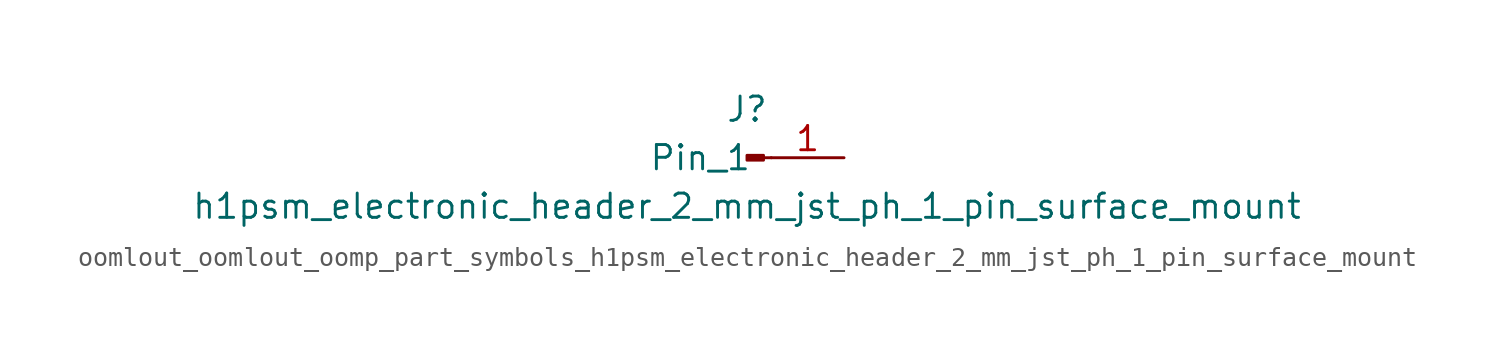
<source format=kicad_sym>
(kicad_symbol_lib
  (version 20220914)
  (generator kicad_symbol_editor)
  (symbol "oomlout_oomlout_oomp_part_symbols_h1psm_electronic_header_2_mm_jst_ph_1_pin_surface_mount"
    (pin_names
      (offset 1.016))
    (property "Reference" "J"
      (at 0 2.54 0)
      (effects (font (size 1.27 1.27))))
    (property "Value" "h1psm_electronic_header_2_mm_jst_ph_1_pin_surface_mount"
      (at 0 -2.54 0)
      (effects (font (size 1.27 1.27))))
    (property "ki_locked" ""
      (at 0 0 0)
      (effects (font (size 1.27 1.27))))
    (symbol "oomlout_oomlout_oomp_part_symbols_h1psm_electronic_header_2_mm_jst_ph_1_pin_surface_mount_1_1"
      (polyline (pts (xy 1.27 0) (xy 0.864 0)) (stroke (width 0.152) (type default)) (fill (type none)))
      (rectangle (start 0.864 0.127) (end 0 -0.127) (stroke (width 0.152) (type default)) (fill (type outline)))
      (pin passive line (at 5.08 0 180) (length 3.81) (name "Pin_1" (effects (font (size 1.27 1.27)))) (number "1" (effects (font (size 1.27 1.27))))))))
</source>
